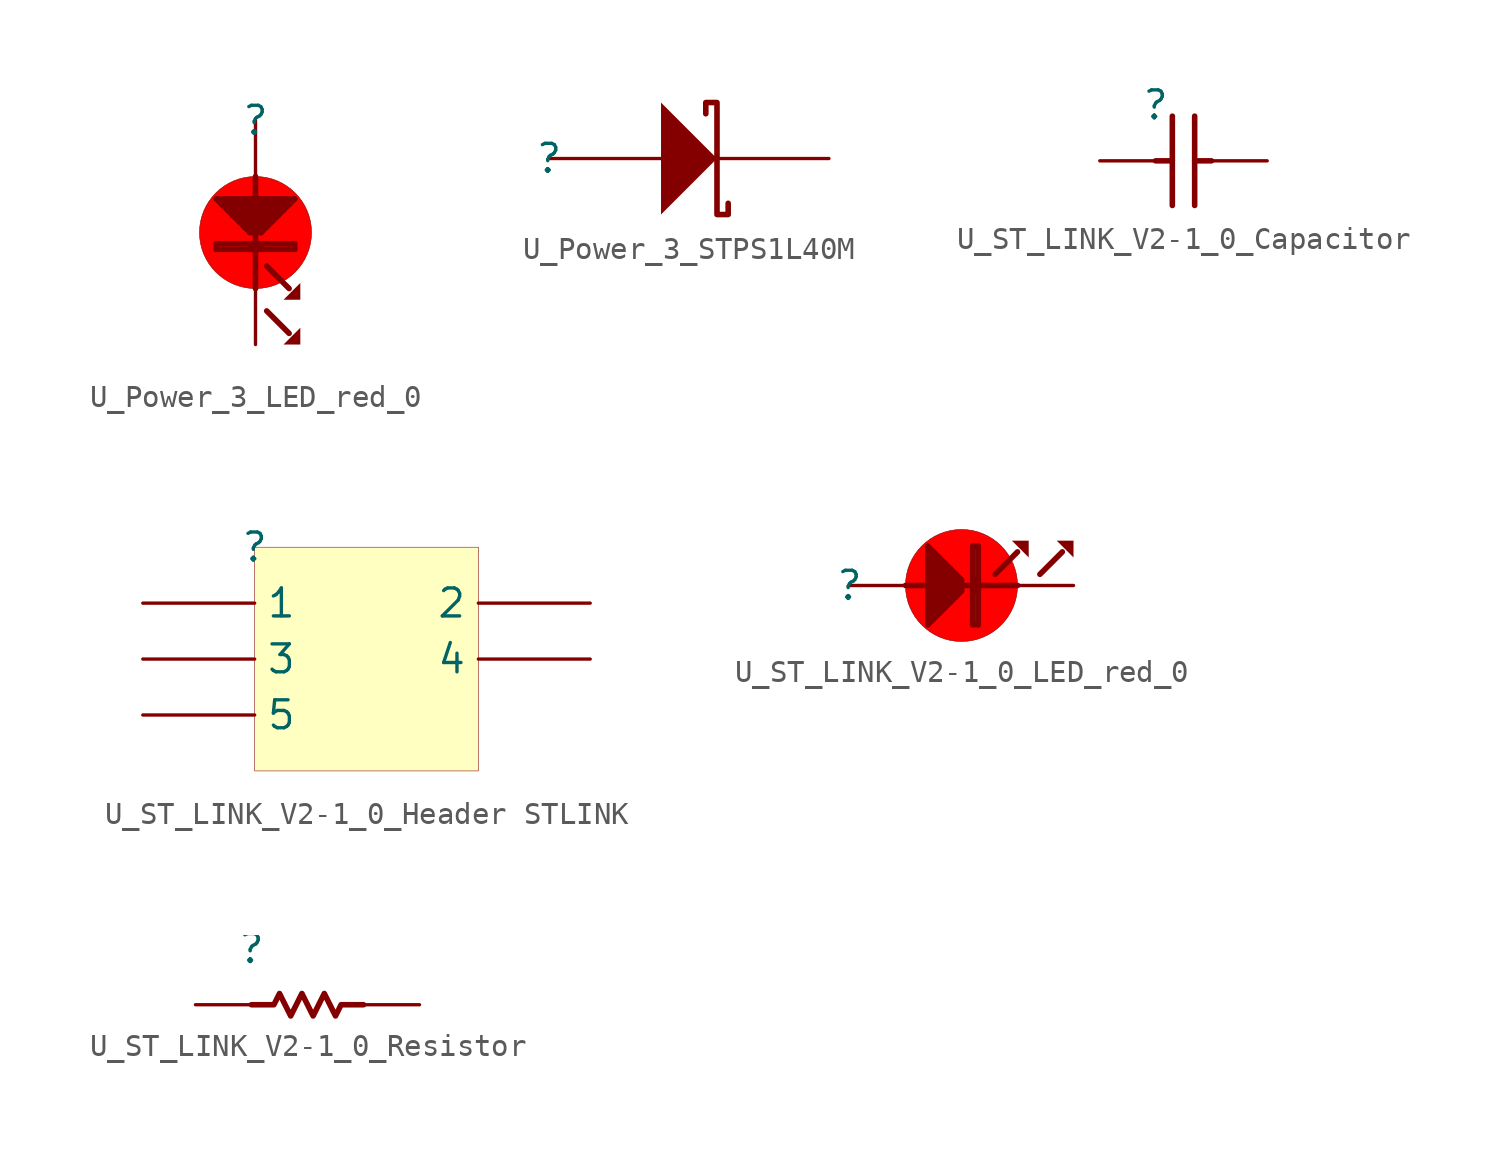
<source format=kicad_sym>
(kicad_symbol_lib
  (version 20231120)
  (generator "kicad_symbol_editor")
  (generator_version "8.0")
  (symbol "U_Power_3_LED_red_0"
    (property "Reference" ""
      (at 0 0 0)
      (effects (font (size 1.27 1.27))))
    (property "Value" ""
      (at 0 0 0)
      (effects (font (size 1.27 1.27))))
    (symbol "U_Power_3_LED_red_0_1_0"
      (circle (center 0 -5.08) (radius 2.54) (stroke (width 0.025) (type solid)) (fill (type color) (color 255 0 0 1)))
      (polyline (pts (xy -1.778 -5.588) (xy -1.778 -5.842)) (stroke (width 0.254) (type solid)) (fill (type none)))
      (polyline (pts (xy -1.27 -3.556) (xy -1.27 -4.064)) (stroke (width 0.254) (type solid)) (fill (type none)))
      (polyline (pts (xy -1.016 -3.556) (xy -1.016 -4.318)) (stroke (width 0.254) (type solid)) (fill (type none)))
      (polyline (pts (xy -0.762 -3.556) (xy -0.762 -4.572)) (stroke (width 0.254) (type solid)) (fill (type none)))
      (polyline (pts (xy -0.508 -3.556) (xy -0.508 -4.826)) (stroke (width 0.254) (type solid)) (fill (type none)))
      (polyline (pts (xy -0.254 -5.588) (xy -0.254 -5.842)) (stroke (width 0.254) (type solid)) (fill (type none)))
      (polyline (pts (xy -0.254 -5.08) (xy -1.778 -3.556)) (stroke (width 0.254) (type solid)) (fill (type none)))
      (polyline (pts (xy -0.254 -3.556) (xy -0.254 -5.08)) (stroke (width 0.254) (type solid)) (fill (type none)))
      (polyline (pts (xy 0 -2.54) (xy 0 -7.62)) (stroke (width 0.254) (type solid)) (fill (type none)))
      (polyline (pts (xy 0.254 -5.588) (xy 0.254 -5.842)) (stroke (width 0.254) (type solid)) (fill (type none)))
      (polyline (pts (xy 0.254 -5.08) (xy -0.254 -5.08)) (stroke (width 0.254) (type solid)) (fill (type none)))
      (polyline (pts (xy 0.254 -3.556) (xy 0.254 -5.08)) (stroke (width 0.254) (type solid)) (fill (type none)))
      (polyline (pts (xy 0.508 -8.636) (xy 1.524 -9.652)) (stroke (width 0.254) (type solid)) (fill (type none)))
      (polyline (pts (xy 0.508 -6.604) (xy 1.524 -7.62)) (stroke (width 0.254) (type solid)) (fill (type none)))
      (polyline (pts (xy 0.508 -4.826) (xy -0.508 -4.826)) (stroke (width 0.254) (type solid)) (fill (type none)))
      (polyline (pts (xy 0.508 -3.556) (xy 0.508 -4.826)) (stroke (width 0.254) (type solid)) (fill (type none)))
      (polyline (pts (xy 0.762 -4.572) (xy -0.762 -4.572)) (stroke (width 0.254) (type solid)) (fill (type none)))
      (polyline (pts (xy 0.762 -3.556) (xy 0.762 -4.572)) (stroke (width 0.254) (type solid)) (fill (type none)))
      (polyline (pts (xy 1.016 -4.318) (xy -1.016 -4.318)) (stroke (width 0.254) (type solid)) (fill (type none)))
      (polyline (pts (xy 1.016 -3.556) (xy 1.016 -4.318)) (stroke (width 0.254) (type solid)) (fill (type none)))
      (polyline (pts (xy 1.27 -4.064) (xy -1.27 -4.064)) (stroke (width 0.254) (type solid)) (fill (type none)))
      (polyline (pts (xy 1.27 -3.556) (xy 1.27 -4.064)) (stroke (width 0.254) (type solid)) (fill (type none)))
      (polyline (pts (xy 1.524 -3.81) (xy -1.524 -3.81)) (stroke (width 0.254) (type solid)) (fill (type none)))
      (polyline (pts (xy 1.778 -5.842) (xy -1.778 -5.842)) (stroke (width 0.254) (type solid)) (fill (type none)))
      (polyline (pts (xy 1.778 -5.588) (xy -1.778 -5.588)) (stroke (width 0.254) (type solid)) (fill (type none)))
      (polyline (pts (xy 1.778 -5.588) (xy 1.778 -5.842)) (stroke (width 0.254) (type solid)) (fill (type none)))
      (polyline (pts (xy 1.778 -3.556) (xy -1.778 -3.556)) (stroke (width 0.254) (type solid)) (fill (type none)))
      (polyline (pts (xy 1.778 -3.556) (xy 0.254 -5.08)) (stroke (width 0.254) (type solid)) (fill (type none)))
      (polyline (pts (xy 2.032 -9.398) (xy 2.032 -10.16) (xy 1.27 -10.16) (xy 2.032 -9.398)) (stroke (width -0.0001) (type solid)) (fill (type outline)))
      (polyline (pts (xy 2.032 -7.366) (xy 2.032 -8.128) (xy 1.27 -8.128) (xy 2.032 -7.366)) (stroke (width -0.0001) (type solid)) (fill (type outline)))
      (pin passive line (at 0 0 270) (length 2.54) (name "" (effects (font (size 0 0)))) (number "1" (effects (font (size 0 0)))))
      (pin passive line (at 0 -10.16 90) (length 2.54) (name "" (effects (font (size 0 0)))) (number "2" (effects (font (size 0 0)))))))
  (symbol "U_Power_3_STPS1L40M"
    (property "Reference" ""
      (at 0 0 0)
      (effects (font (size 1.27 1.27))))
    (property "Value" ""
      (at 0 0 0)
      (effects (font (size 1.27 1.27))))
    (symbol "U_Power_3_STPS1L40M_1_0"
      (polyline (pts (xy 5.08 -2.54) (xy 7.62 0) (xy 5.08 2.54) (xy 5.08 -2.54)) (stroke (width -0.0001) (type solid)) (fill (type outline)))
      (polyline (pts (xy 8.128 -2.032) (xy 8.128 -2.54) (xy 7.62 -2.54) (xy 7.62 2.54) (xy 7.112 2.54) (xy 7.112 2.032)) (stroke (width 0.254) (type solid)) (fill (type none)))
      (pin passive line (at 0 0 0) (length 5.08) (name "A" (effects (font (size 0 0)))) (number "1" (effects (font (size 0 0)))))
      (pin passive line (at 12.7 0 180) (length 5.08) (name "K" (effects (font (size 0 0)))) (number "2" (effects (font (size 0 0)))))))
  (symbol "U_ST_LINK_V2-1_0_Capacitor"
    (property "Reference" ""
      (at 0 0 0)
      (effects (font (size 1.27 1.27))))
    (property "Value" ""
      (at 0 0 0)
      (effects (font (size 1.27 1.27))))
    (symbol "U_ST_LINK_V2-1_0_Capacitor_1_0"
      (polyline (pts (xy 0 -2.54) (xy 0.762 -2.54)) (stroke (width 0.254) (type solid)) (fill (type none)))
      (polyline (pts (xy 0.762 -4.572) (xy 0.762 -0.508)) (stroke (width 0.254) (type solid)) (fill (type none)))
      (polyline (pts (xy 1.778 -0.508) (xy 1.778 -4.572)) (stroke (width 0.254) (type solid)) (fill (type none)))
      (polyline (pts (xy 2.54 -2.54) (xy 1.778 -2.54)) (stroke (width 0.254) (type solid)) (fill (type none)))
      (pin passive line (at -2.54 -2.54 0) (length 2.54) (name "1" (effects (font (size 0 0)))) (number "1" (effects (font (size 0 0)))))
      (pin passive line (at 5.08 -2.54 180) (length 2.54) (name "2" (effects (font (size 0 0)))) (number "2" (effects (font (size 0 0)))))))
  (symbol "U_ST_LINK_V2-1_0_Header STLINK"
    (property "Reference" ""
      (at 0 0 0)
      (effects (font (size 1.27 1.27))))
    (property "Value" ""
      (at 0 0 0)
      (effects (font (size 1.27 1.27))))
    (symbol "U_ST_LINK_V2-1_0_Header STLINK_1_0"
      (rectangle (start 10.16 0) (end 0 -10.16) (stroke (width 0.025) (type solid) (color 128 0 0 1)) (fill (type background)))
      (pin passive line (at -5.08 -2.54 0) (length 5.08) (name "1" (effects (font (size 1.27 1.27)))) (number "1" (effects (font (size 0 0)))))
      (pin passive line (at 15.24 -2.54 180) (length 5.08) (name "2" (effects (font (size 1.27 1.27)))) (number "2" (effects (font (size 0 0)))))
      (pin passive line (at -5.08 -5.08 0) (length 5.08) (name "3" (effects (font (size 1.27 1.27)))) (number "3" (effects (font (size 0 0)))))
      (pin passive line (at 15.24 -5.08 180) (length 5.08) (name "4" (effects (font (size 1.27 1.27)))) (number "4" (effects (font (size 0 0)))))
      (pin passive line (at -5.08 -7.62 0) (length 5.08) (name "5" (effects (font (size 1.27 1.27)))) (number "5" (effects (font (size 0 0)))))))
  (symbol "U_ST_LINK_V2-1_0_LED_red_0"
    (property "Reference" ""
      (at 0 0 0)
      (effects (font (size 1.27 1.27))))
    (property "Value" ""
      (at 0 0 0)
      (effects (font (size 1.27 1.27))))
    (symbol "U_ST_LINK_V2-1_0_LED_red_0_1_0"
      (polyline (pts (xy 2.54 0) (xy 7.62 0)) (stroke (width 0.254) (type solid)) (fill (type none)))
      (polyline (pts (xy 3.556 -1.27) (xy 4.064 -1.27)) (stroke (width 0.254) (type solid)) (fill (type none)))
      (polyline (pts (xy 3.556 -1.016) (xy 4.318 -1.016)) (stroke (width 0.254) (type solid)) (fill (type none)))
      (polyline (pts (xy 3.556 -0.762) (xy 4.572 -0.762)) (stroke (width 0.254) (type solid)) (fill (type none)))
      (polyline (pts (xy 3.556 -0.508) (xy 4.826 -0.508)) (stroke (width 0.254) (type solid)) (fill (type none)))
      (polyline (pts (xy 3.556 -0.254) (xy 5.08 -0.254)) (stroke (width 0.254) (type solid)) (fill (type none)))
      (polyline (pts (xy 3.556 0.254) (xy 5.08 0.254)) (stroke (width 0.254) (type solid)) (fill (type none)))
      (polyline (pts (xy 3.556 0.508) (xy 4.826 0.508)) (stroke (width 0.254) (type solid)) (fill (type none)))
      (polyline (pts (xy 3.556 0.762) (xy 4.572 0.762)) (stroke (width 0.254) (type solid)) (fill (type none)))
      (polyline (pts (xy 3.556 1.016) (xy 4.318 1.016)) (stroke (width 0.254) (type solid)) (fill (type none)))
      (polyline (pts (xy 3.556 1.27) (xy 4.064 1.27)) (stroke (width 0.254) (type solid)) (fill (type none)))
      (polyline (pts (xy 3.556 1.778) (xy 3.556 -1.778)) (stroke (width 0.254) (type solid)) (fill (type none)))
      (polyline (pts (xy 3.556 1.778) (xy 5.08 0.254)) (stroke (width 0.254) (type solid)) (fill (type none)))
      (polyline (pts (xy 3.81 1.524) (xy 3.81 -1.524)) (stroke (width 0.254) (type solid)) (fill (type none)))
      (polyline (pts (xy 4.064 1.27) (xy 4.064 -1.27)) (stroke (width 0.254) (type solid)) (fill (type none)))
      (polyline (pts (xy 4.318 1.016) (xy 4.318 -1.016)) (stroke (width 0.254) (type solid)) (fill (type none)))
      (polyline (pts (xy 4.572 0.762) (xy 4.572 -0.762)) (stroke (width 0.254) (type solid)) (fill (type none)))
      (polyline (pts (xy 4.826 0.508) (xy 4.826 -0.508)) (stroke (width 0.254) (type solid)) (fill (type none)))
      (polyline (pts (xy 5.08 -0.254) (xy 3.556 -1.778)) (stroke (width 0.254) (type solid)) (fill (type none)))
      (polyline (pts (xy 5.08 0.254) (xy 5.08 -0.254)) (stroke (width 0.254) (type solid)) (fill (type none)))
      (polyline (pts (xy 5.588 -1.778) (xy 5.842 -1.778)) (stroke (width 0.254) (type solid)) (fill (type none)))
      (polyline (pts (xy 5.588 -0.254) (xy 5.842 -0.254)) (stroke (width 0.254) (type solid)) (fill (type none)))
      (polyline (pts (xy 5.588 0.254) (xy 5.842 0.254)) (stroke (width 0.254) (type solid)) (fill (type none)))
      (polyline (pts (xy 5.588 1.778) (xy 5.588 -1.778)) (stroke (width 0.254) (type solid)) (fill (type none)))
      (polyline (pts (xy 5.588 1.778) (xy 5.842 1.778)) (stroke (width 0.254) (type solid)) (fill (type none)))
      (polyline (pts (xy 5.842 1.778) (xy 5.842 -1.778)) (stroke (width 0.254) (type solid)) (fill (type none)))
      (polyline (pts (xy 6.604 0.508) (xy 7.62 1.524)) (stroke (width 0.254) (type solid)) (fill (type none)))
      (polyline (pts (xy 8.636 0.508) (xy 9.652 1.524)) (stroke (width 0.254) (type solid)) (fill (type none)))
      (polyline (pts (xy 7.366 2.032) (xy 8.128 2.032) (xy 8.128 1.27) (xy 7.366 2.032)) (stroke (width -0.0001) (type solid)) (fill (type outline)))
      (polyline (pts (xy 9.398 2.032) (xy 10.16 2.032) (xy 10.16 1.27) (xy 9.398 2.032)) (stroke (width -0.0001) (type solid)) (fill (type outline)))
      (circle (center 5.08 0) (radius 2.54) (stroke (width 0.025) (type solid)) (fill (type color) (color 255 0 0 1)))
      (pin passive line (at 0 0 0) (length 2.54) (name "" (effects (font (size 0 0)))) (number "1" (effects (font (size 0 0)))))
      (pin passive line (at 10.16 0 180) (length 2.54) (name "" (effects (font (size 0 0)))) (number "2" (effects (font (size 0 0)))))))
  (symbol "U_ST_LINK_V2-1_0_Resistor"
    (property "Reference" ""
      (at 0 0 0)
      (effects (font (size 1.27 1.27))))
    (property "Value" ""
      (at 0 0 0)
      (effects (font (size 1.27 1.27))))
    (symbol "U_ST_LINK_V2-1_0_Resistor_1_0"
      (polyline (pts (xy 5.08 -2.54) (xy 4.064 -2.54) (xy 3.81 -3.048) (xy 3.302 -2.032) (xy 2.794 -3.048) (xy 2.286 -2.032) (xy 1.778 -3.048) (xy 1.27 -2.032) (xy 1.016 -2.54) (xy 0 -2.54)) (stroke (width 0.254) (type solid)) (fill (type none)))
      (pin passive line (at -2.54 -2.54 0) (length 2.54) (name "1" (effects (font (size 0 0)))) (number "1" (effects (font (size 0 0)))))
      (pin passive line (at 7.62 -2.54 180) (length 2.54) (name "2" (effects (font (size 0 0)))) (number "2" (effects (font (size 0 0))))))))
</source>
